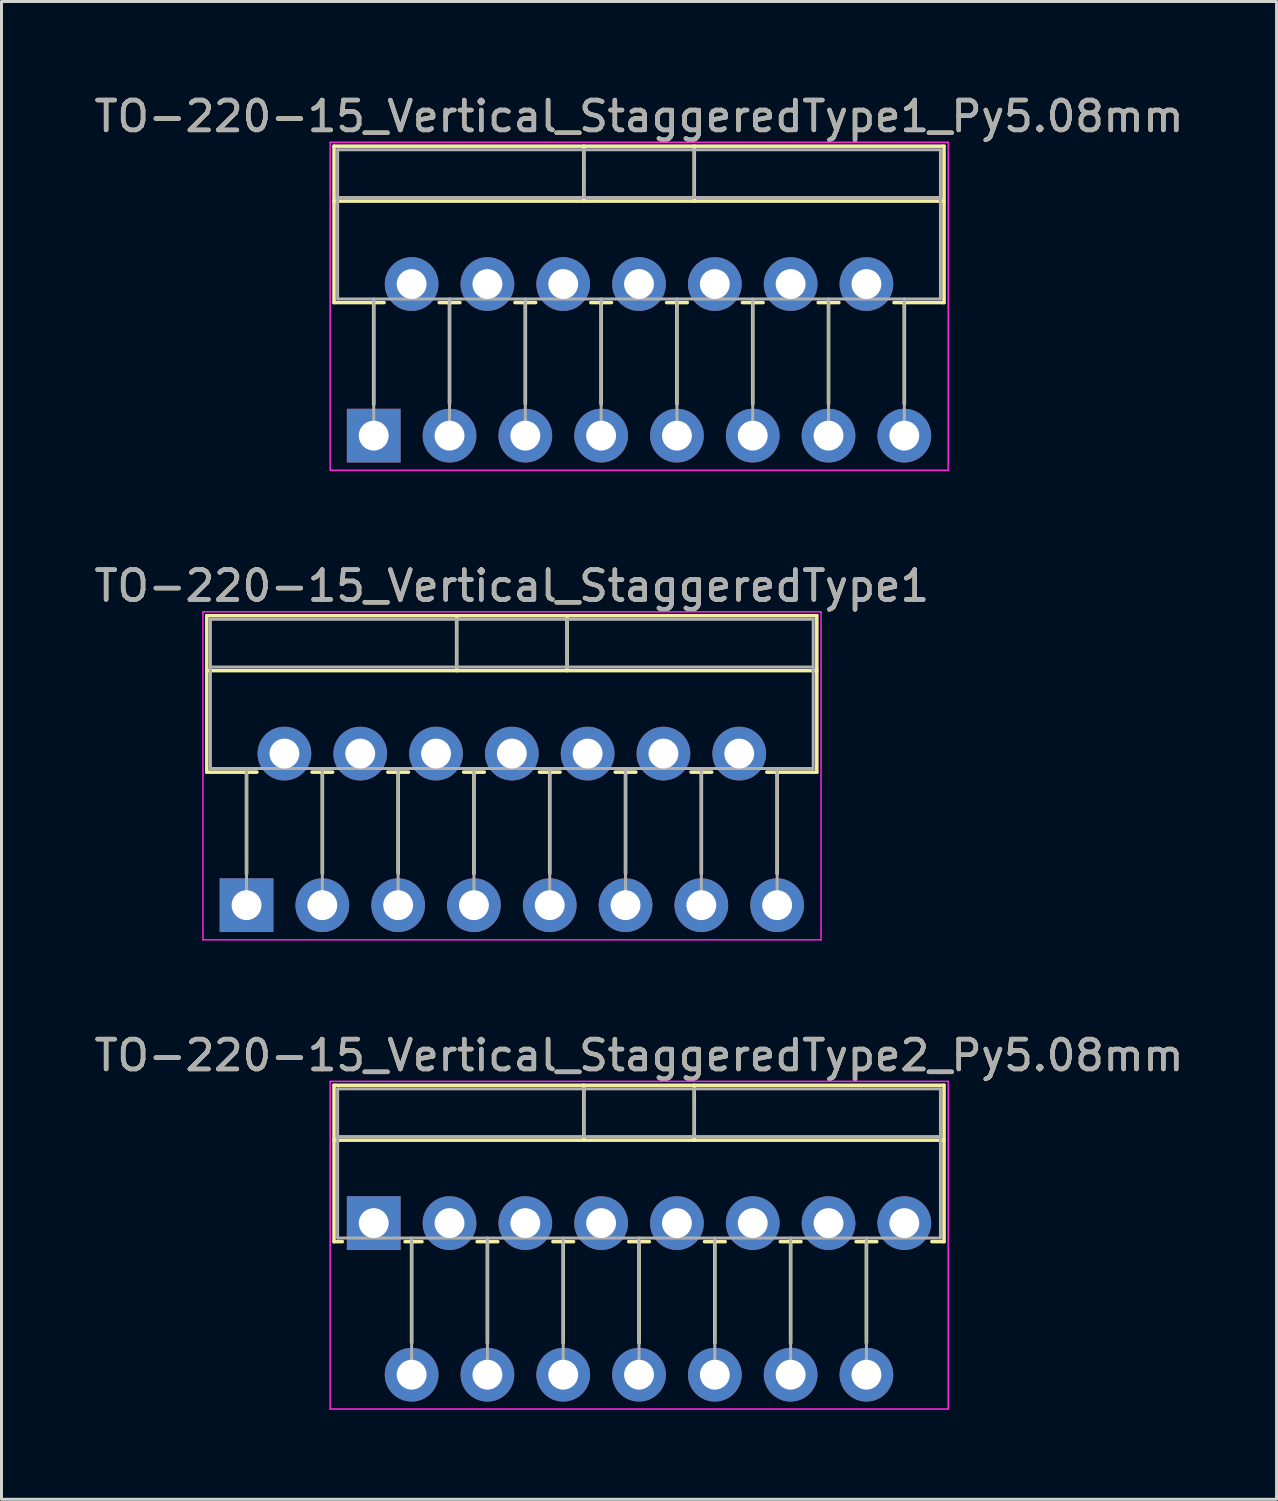
<source format=kicad_pcb>
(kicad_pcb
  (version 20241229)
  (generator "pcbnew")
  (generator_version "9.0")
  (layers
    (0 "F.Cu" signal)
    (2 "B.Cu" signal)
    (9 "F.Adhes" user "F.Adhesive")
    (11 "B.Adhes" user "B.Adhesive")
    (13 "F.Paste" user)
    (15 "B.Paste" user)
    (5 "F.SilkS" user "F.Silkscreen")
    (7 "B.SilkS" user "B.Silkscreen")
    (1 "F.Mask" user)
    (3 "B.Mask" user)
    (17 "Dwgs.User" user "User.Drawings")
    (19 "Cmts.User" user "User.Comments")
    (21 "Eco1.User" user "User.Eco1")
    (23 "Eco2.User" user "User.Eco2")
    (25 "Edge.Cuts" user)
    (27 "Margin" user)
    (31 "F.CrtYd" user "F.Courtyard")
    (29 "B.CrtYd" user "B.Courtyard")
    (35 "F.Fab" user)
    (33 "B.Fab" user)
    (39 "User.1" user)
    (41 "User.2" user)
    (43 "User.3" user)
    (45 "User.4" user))
  (footprint "TO-220-15_Vertical_StaggeredType2_Py5.08mm"
    (layer "F.Cu")
    (at 9.473 37.935)
    (property "Reference" "TO-220-15_Vertical_StaggeredType2_Py5.08mm" (at 8.89 -5.62 0) (layer "F.SilkS") (effects (font (size 1 1) (thickness 0.15))))
    (attr through_hole)
    (fp_line (start -1.33 -4.62) (end -1.33 0.621) (stroke (width 0.12) (type solid)) (layer "F.SilkS"))
    (fp_line (start -1.33 -4.62) (end 19.11 -4.62) (stroke (width 0.12) (type solid)) (layer "F.SilkS"))
    (fp_line (start -1.33 -2.78) (end 19.11 -2.78) (stroke (width 0.12) (type solid)) (layer "F.SilkS"))
    (fp_line (start -1.33 0.621) (end -1.05 0.621) (stroke (width 0.12) (type solid)) (layer "F.SilkS"))
    (fp_line (start 1.05 0.621) (end 1.616 0.621) (stroke (width 0.12) (type solid)) (layer "F.SilkS"))
    (fp_line (start 1.27 0.621) (end 1.27 4.015) (stroke (width 0.12) (type solid)) (layer "F.SilkS"))
    (fp_line (start 3.465 0.621) (end 4.156 0.621) (stroke (width 0.12) (type solid)) (layer "F.SilkS"))
    (fp_line (start 3.81 0.621) (end 3.81 4.015) (stroke (width 0.12) (type solid)) (layer "F.SilkS"))
    (fp_line (start 6.005 0.621) (end 6.696 0.621) (stroke (width 0.12) (type solid)) (layer "F.SilkS"))
    (fp_line (start 6.35 0.621) (end 6.35 4.015) (stroke (width 0.12) (type solid)) (layer "F.SilkS"))
    (fp_line (start 7.041 -4.62) (end 7.041 -2.78) (stroke (width 0.12) (type solid)) (layer "F.SilkS"))
    (fp_line (start 8.545 0.621) (end 9.236 0.621) (stroke (width 0.12) (type solid)) (layer "F.SilkS"))
    (fp_line (start 8.89 0.621) (end 8.89 4.015) (stroke (width 0.12) (type solid)) (layer "F.SilkS"))
    (fp_line (start 10.74 -4.62) (end 10.74 -2.78) (stroke (width 0.12) (type solid)) (layer "F.SilkS"))
    (fp_line (start 11.085 0.621) (end 11.776 0.621) (stroke (width 0.12) (type solid)) (layer "F.SilkS"))
    (fp_line (start 11.43 0.621) (end 11.43 4.015) (stroke (width 0.12) (type solid)) (layer "F.SilkS"))
    (fp_line (start 13.625 0.621) (end 14.316 0.621) (stroke (width 0.12) (type solid)) (layer "F.SilkS"))
    (fp_line (start 13.97 0.621) (end 13.97 4.015) (stroke (width 0.12) (type solid)) (layer "F.SilkS"))
    (fp_line (start 16.165 0.621) (end 16.856 0.621) (stroke (width 0.12) (type solid)) (layer "F.SilkS"))
    (fp_line (start 16.51 0.621) (end 16.51 4.015) (stroke (width 0.12) (type solid)) (layer "F.SilkS"))
    (fp_line (start 18.705 0.621) (end 19.11 0.621) (stroke (width 0.12) (type solid)) (layer "F.SilkS"))
    (fp_line (start 19.11 -4.62) (end 19.11 0.621) (stroke (width 0.12) (type solid)) (layer "F.SilkS"))
    (fp_line (start -1.46 -4.75) (end -1.46 6.23) (stroke (width 0.05) (type solid)) (layer "F.CrtYd"))
    (fp_line (start -1.46 6.23) (end 19.25 6.23) (stroke (width 0.05) (type solid)) (layer "F.CrtYd"))
    (fp_line (start 19.25 -4.75) (end -1.46 -4.75) (stroke (width 0.05) (type solid)) (layer "F.CrtYd"))
    (fp_line (start 19.25 6.23) (end 19.25 -4.75) (stroke (width 0.05) (type solid)) (layer "F.CrtYd"))
    (fp_line (start -1.21 -4.5) (end -1.21 0.5) (stroke (width 0.1) (type solid)) (layer "F.Fab"))
    (fp_line (start -1.21 -2.9) (end 18.99 -2.9) (stroke (width 0.1) (type solid)) (layer "F.Fab"))
    (fp_line (start -1.21 0.5) (end 18.99 0.5) (stroke (width 0.1) (type solid)) (layer "F.Fab"))
    (fp_line (start 1.27 0.5) (end 1.27 5.08) (stroke (width 0.1) (type solid)) (layer "F.Fab"))
    (fp_line (start 3.81 0.5) (end 3.81 5.08) (stroke (width 0.1) (type solid)) (layer "F.Fab"))
    (fp_line (start 6.35 0.5) (end 6.35 5.08) (stroke (width 0.1) (type solid)) (layer "F.Fab"))
    (fp_line (start 7.04 -4.5) (end 7.04 -2.9) (stroke (width 0.1) (type solid)) (layer "F.Fab"))
    (fp_line (start 8.89 0.5) (end 8.89 5.08) (stroke (width 0.1) (type solid)) (layer "F.Fab"))
    (fp_line (start 10.74 -4.5) (end 10.74 -2.9) (stroke (width 0.1) (type solid)) (layer "F.Fab"))
    (fp_line (start 11.43 0.5) (end 11.43 5.08) (stroke (width 0.1) (type solid)) (layer "F.Fab"))
    (fp_line (start 13.97 0.5) (end 13.97 5.08) (stroke (width 0.1) (type solid)) (layer "F.Fab"))
    (fp_line (start 16.51 0.5) (end 16.51 5.08) (stroke (width 0.1) (type solid)) (layer "F.Fab"))
    (fp_line (start 18.99 -4.5) (end -1.21 -4.5) (stroke (width 0.1) (type solid)) (layer "F.Fab"))
    (fp_line (start 18.99 0.5) (end 18.99 -4.5) (stroke (width 0.1) (type solid)) (layer "F.Fab"))
    (fp_text user "${REFERENCE}" (at 8.89 -5.62 0) (layer "F.Fab") (effects (font (size 1 1) (thickness 0.15))))
    (pad "1" thru_hole rect (at 0 0) (size 1.8 1.8) (drill 1) (layers "*.Cu" "*.Mask"))
    (pad "2" thru_hole oval (at 1.27 5.08) (size 1.8 1.8) (drill 1) (layers "*.Cu" "*.Mask"))
    (pad "3" thru_hole oval (at 2.54 0) (size 1.8 1.8) (drill 1) (layers "*.Cu" "*.Mask"))
    (pad "4" thru_hole oval (at 3.81 5.08) (size 1.8 1.8) (drill 1) (layers "*.Cu" "*.Mask"))
    (pad "5" thru_hole oval (at 5.08 0) (size 1.8 1.8) (drill 1) (layers "*.Cu" "*.Mask"))
    (pad "6" thru_hole oval (at 6.35 5.08) (size 1.8 1.8) (drill 1) (layers "*.Cu" "*.Mask"))
    (pad "7" thru_hole oval (at 7.62 0) (size 1.8 1.8) (drill 1) (layers "*.Cu" "*.Mask"))
    (pad "8" thru_hole oval (at 8.89 5.08) (size 1.8 1.8) (drill 1) (layers "*.Cu" "*.Mask"))
    (pad "9" thru_hole oval (at 10.16 0) (size 1.8 1.8) (drill 1) (layers "*.Cu" "*.Mask"))
    (pad "10" thru_hole oval (at 11.43 5.08) (size 1.8 1.8) (drill 1) (layers "*.Cu" "*.Mask"))
    (pad "11" thru_hole oval (at 12.7 0) (size 1.8 1.8) (drill 1) (layers "*.Cu" "*.Mask"))
    (pad "12" thru_hole oval (at 13.97 5.08) (size 1.8 1.8) (drill 1) (layers "*.Cu" "*.Mask"))
    (pad "13" thru_hole oval (at 15.24 0) (size 1.8 1.8) (drill 1) (layers "*.Cu" "*.Mask"))
    (pad "14" thru_hole oval (at 16.51 5.08) (size 1.8 1.8) (drill 1) (layers "*.Cu" "*.Mask"))
    (pad "15" thru_hole oval (at 17.78 0) (size 1.8 1.8) (drill 1) (layers "*.Cu" "*.Mask")))
  (footprint "TO-220-15_Vertical_StaggeredType1"
    (layer "F.Cu")
    (at 5.211 27.282)
    (property "Reference" "TO-220-15_Vertical_StaggeredType1" (at 8.89 -10.7 0) (layer "F.SilkS") (effects (font (size 1 1) (thickness 0.15))))
    (attr through_hole)
    (fp_line (start -1.33 -9.7) (end -1.33 -4.459) (stroke (width 0.12) (type solid)) (layer "F.SilkS"))
    (fp_line (start -1.33 -9.7) (end 19.11 -9.7) (stroke (width 0.12) (type solid)) (layer "F.SilkS"))
    (fp_line (start -1.33 -7.86) (end 19.11 -7.86) (stroke (width 0.12) (type solid)) (layer "F.SilkS"))
    (fp_line (start -1.33 -4.459) (end 0.346 -4.459) (stroke (width 0.12) (type solid)) (layer "F.SilkS"))
    (fp_line (start 0 -4.459) (end 0 -1.05) (stroke (width 0.12) (type solid)) (layer "F.SilkS"))
    (fp_line (start 2.195 -4.459) (end 2.886 -4.459) (stroke (width 0.12) (type solid)) (layer "F.SilkS"))
    (fp_line (start 2.54 -4.459) (end 2.54 -1.065) (stroke (width 0.12) (type solid)) (layer "F.SilkS"))
    (fp_line (start 4.735 -4.459) (end 5.426 -4.459) (stroke (width 0.12) (type solid)) (layer "F.SilkS"))
    (fp_line (start 5.08 -4.459) (end 5.08 -1.065) (stroke (width 0.12) (type solid)) (layer "F.SilkS"))
    (fp_line (start 7.041 -9.7) (end 7.041 -7.86) (stroke (width 0.12) (type solid)) (layer "F.SilkS"))
    (fp_line (start 7.275 -4.459) (end 7.966 -4.459) (stroke (width 0.12) (type solid)) (layer "F.SilkS"))
    (fp_line (start 7.62 -4.459) (end 7.62 -1.065) (stroke (width 0.12) (type solid)) (layer "F.SilkS"))
    (fp_line (start 9.815 -4.459) (end 10.506 -4.459) (stroke (width 0.12) (type solid)) (layer "F.SilkS"))
    (fp_line (start 10.16 -4.459) (end 10.16 -1.065) (stroke (width 0.12) (type solid)) (layer "F.SilkS"))
    (fp_line (start 10.74 -9.7) (end 10.74 -7.86) (stroke (width 0.12) (type solid)) (layer "F.SilkS"))
    (fp_line (start 12.355 -4.459) (end 13.046 -4.459) (stroke (width 0.12) (type solid)) (layer "F.SilkS"))
    (fp_line (start 12.7 -4.459) (end 12.7 -1.065) (stroke (width 0.12) (type solid)) (layer "F.SilkS"))
    (fp_line (start 14.895 -4.459) (end 15.586 -4.459) (stroke (width 0.12) (type solid)) (layer "F.SilkS"))
    (fp_line (start 15.24 -4.459) (end 15.24 -1.065) (stroke (width 0.12) (type solid)) (layer "F.SilkS"))
    (fp_line (start 17.435 -4.459) (end 19.11 -4.459) (stroke (width 0.12) (type solid)) (layer "F.SilkS"))
    (fp_line (start 17.78 -4.459) (end 17.78 -1.065) (stroke (width 0.12) (type solid)) (layer "F.SilkS"))
    (fp_line (start 19.11 -9.7) (end 19.11 -4.459) (stroke (width 0.12) (type solid)) (layer "F.SilkS"))
    (fp_line (start -1.46 -9.83) (end -1.46 1.16) (stroke (width 0.05) (type solid)) (layer "F.CrtYd"))
    (fp_line (start -1.46 1.16) (end 19.25 1.16) (stroke (width 0.05) (type solid)) (layer "F.CrtYd"))
    (fp_line (start 19.25 -9.83) (end -1.46 -9.83) (stroke (width 0.05) (type solid)) (layer "F.CrtYd"))
    (fp_line (start 19.25 1.16) (end 19.25 -9.83) (stroke (width 0.05) (type solid)) (layer "F.CrtYd"))
    (fp_line (start -1.21 -9.58) (end -1.21 -4.58) (stroke (width 0.1) (type solid)) (layer "F.Fab"))
    (fp_line (start -1.21 -7.98) (end 18.99 -7.98) (stroke (width 0.1) (type solid)) (layer "F.Fab"))
    (fp_line (start -1.21 -4.58) (end 18.99 -4.58) (stroke (width 0.1) (type solid)) (layer "F.Fab"))
    (fp_line (start 0 -4.58) (end 0 0) (stroke (width 0.1) (type solid)) (layer "F.Fab"))
    (fp_line (start 2.54 -4.58) (end 2.54 0) (stroke (width 0.1) (type solid)) (layer "F.Fab"))
    (fp_line (start 5.08 -4.58) (end 5.08 0) (stroke (width 0.1) (type solid)) (layer "F.Fab"))
    (fp_line (start 7.04 -9.58) (end 7.04 -7.98) (stroke (width 0.1) (type solid)) (layer "F.Fab"))
    (fp_line (start 7.62 -4.58) (end 7.62 0) (stroke (width 0.1) (type solid)) (layer "F.Fab"))
    (fp_line (start 10.16 -4.58) (end 10.16 0) (stroke (width 0.1) (type solid)) (layer "F.Fab"))
    (fp_line (start 10.74 -9.58) (end 10.74 -7.98) (stroke (width 0.1) (type solid)) (layer "F.Fab"))
    (fp_line (start 12.7 -4.58) (end 12.7 0) (stroke (width 0.1) (type solid)) (layer "F.Fab"))
    (fp_line (start 15.24 -4.58) (end 15.24 0) (stroke (width 0.1) (type solid)) (layer "F.Fab"))
    (fp_line (start 17.78 -4.58) (end 17.78 0) (stroke (width 0.1) (type solid)) (layer "F.Fab"))
    (fp_line (start 18.99 -9.58) (end -1.21 -9.58) (stroke (width 0.1) (type solid)) (layer "F.Fab"))
    (fp_line (start 18.99 -4.58) (end 18.99 -9.58) (stroke (width 0.1) (type solid)) (layer "F.Fab"))
    (fp_text user "${REFERENCE}" (at 8.89 -10.7 0) (layer "F.Fab") (effects (font (size 1 1) (thickness 0.15))))
    (pad "1" thru_hole rect (at 0 0) (size 1.8 1.8) (drill 1) (layers "*.Cu" "*.Mask"))
    (pad "2" thru_hole oval (at 1.27 -5.08) (size 1.8 1.8) (drill 1) (layers "*.Cu" "*.Mask"))
    (pad "3" thru_hole oval (at 2.54 0) (size 1.8 1.8) (drill 1) (layers "*.Cu" "*.Mask"))
    (pad "4" thru_hole oval (at 3.81 -5.08) (size 1.8 1.8) (drill 1) (layers "*.Cu" "*.Mask"))
    (pad "5" thru_hole oval (at 5.08 0) (size 1.8 1.8) (drill 1) (layers "*.Cu" "*.Mask"))
    (pad "6" thru_hole oval (at 6.35 -5.08) (size 1.8 1.8) (drill 1) (layers "*.Cu" "*.Mask"))
    (pad "7" thru_hole oval (at 7.62 0) (size 1.8 1.8) (drill 1) (layers "*.Cu" "*.Mask"))
    (pad "8" thru_hole oval (at 8.89 -5.08) (size 1.8 1.8) (drill 1) (layers "*.Cu" "*.Mask"))
    (pad "9" thru_hole oval (at 10.16 0) (size 1.8 1.8) (drill 1) (layers "*.Cu" "*.Mask"))
    (pad "10" thru_hole oval (at 11.43 -5.08) (size 1.8 1.8) (drill 1) (layers "*.Cu" "*.Mask"))
    (pad "11" thru_hole oval (at 12.7 0) (size 1.8 1.8) (drill 1) (layers "*.Cu" "*.Mask"))
    (pad "12" thru_hole oval (at 13.97 -5.08) (size 1.8 1.8) (drill 1) (layers "*.Cu" "*.Mask"))
    (pad "13" thru_hole oval (at 15.24 0) (size 1.8 1.8) (drill 1) (layers "*.Cu" "*.Mask"))
    (pad "14" thru_hole oval (at 16.51 -5.08) (size 1.8 1.8) (drill 1) (layers "*.Cu" "*.Mask"))
    (pad "15" thru_hole oval (at 17.78 0) (size 1.8 1.8) (drill 1) (layers "*.Cu" "*.Mask")))
  (footprint "TO-220-15_Vertical_StaggeredType1_Py5.08mm"
    (layer "F.Cu")
    (at 9.473 11.548)
    (property "Reference" "TO-220-15_Vertical_StaggeredType1_Py5.08mm" (at 8.89 -10.7 0) (layer "F.SilkS") (effects (font (size 1 1) (thickness 0.15))))
    (attr through_hole)
    (fp_line (start -1.33 -9.7) (end -1.33 -4.459) (stroke (width 0.12) (type solid)) (layer "F.SilkS"))
    (fp_line (start -1.33 -9.7) (end 19.11 -9.7) (stroke (width 0.12) (type solid)) (layer "F.SilkS"))
    (fp_line (start -1.33 -7.86) (end 19.11 -7.86) (stroke (width 0.12) (type solid)) (layer "F.SilkS"))
    (fp_line (start -1.33 -4.459) (end 0.346 -4.459) (stroke (width 0.12) (type solid)) (layer "F.SilkS"))
    (fp_line (start 0 -4.459) (end 0 -1.05) (stroke (width 0.12) (type solid)) (layer "F.SilkS"))
    (fp_line (start 2.195 -4.459) (end 2.886 -4.459) (stroke (width 0.12) (type solid)) (layer "F.SilkS"))
    (fp_line (start 2.54 -4.459) (end 2.54 -1.065) (stroke (width 0.12) (type solid)) (layer "F.SilkS"))
    (fp_line (start 4.735 -4.459) (end 5.426 -4.459) (stroke (width 0.12) (type solid)) (layer "F.SilkS"))
    (fp_line (start 5.08 -4.459) (end 5.08 -1.065) (stroke (width 0.12) (type solid)) (layer "F.SilkS"))
    (fp_line (start 7.041 -9.7) (end 7.041 -7.86) (stroke (width 0.12) (type solid)) (layer "F.SilkS"))
    (fp_line (start 7.275 -4.459) (end 7.966 -4.459) (stroke (width 0.12) (type solid)) (layer "F.SilkS"))
    (fp_line (start 7.62 -4.459) (end 7.62 -1.065) (stroke (width 0.12) (type solid)) (layer "F.SilkS"))
    (fp_line (start 9.815 -4.459) (end 10.506 -4.459) (stroke (width 0.12) (type solid)) (layer "F.SilkS"))
    (fp_line (start 10.16 -4.459) (end 10.16 -1.065) (stroke (width 0.12) (type solid)) (layer "F.SilkS"))
    (fp_line (start 10.74 -9.7) (end 10.74 -7.86) (stroke (width 0.12) (type solid)) (layer "F.SilkS"))
    (fp_line (start 12.355 -4.459) (end 13.046 -4.459) (stroke (width 0.12) (type solid)) (layer "F.SilkS"))
    (fp_line (start 12.7 -4.459) (end 12.7 -1.065) (stroke (width 0.12) (type solid)) (layer "F.SilkS"))
    (fp_line (start 14.895 -4.459) (end 15.586 -4.459) (stroke (width 0.12) (type solid)) (layer "F.SilkS"))
    (fp_line (start 15.24 -4.459) (end 15.24 -1.065) (stroke (width 0.12) (type solid)) (layer "F.SilkS"))
    (fp_line (start 17.435 -4.459) (end 19.11 -4.459) (stroke (width 0.12) (type solid)) (layer "F.SilkS"))
    (fp_line (start 17.78 -4.459) (end 17.78 -1.065) (stroke (width 0.12) (type solid)) (layer "F.SilkS"))
    (fp_line (start 19.11 -9.7) (end 19.11 -4.459) (stroke (width 0.12) (type solid)) (layer "F.SilkS"))
    (fp_line (start -1.46 -9.83) (end -1.46 1.16) (stroke (width 0.05) (type solid)) (layer "F.CrtYd"))
    (fp_line (start -1.46 1.16) (end 19.25 1.16) (stroke (width 0.05) (type solid)) (layer "F.CrtYd"))
    (fp_line (start 19.25 -9.83) (end -1.46 -9.83) (stroke (width 0.05) (type solid)) (layer "F.CrtYd"))
    (fp_line (start 19.25 1.16) (end 19.25 -9.83) (stroke (width 0.05) (type solid)) (layer "F.CrtYd"))
    (fp_line (start -1.21 -9.58) (end -1.21 -4.58) (stroke (width 0.1) (type solid)) (layer "F.Fab"))
    (fp_line (start -1.21 -7.98) (end 18.99 -7.98) (stroke (width 0.1) (type solid)) (layer "F.Fab"))
    (fp_line (start -1.21 -4.58) (end 18.99 -4.58) (stroke (width 0.1) (type solid)) (layer "F.Fab"))
    (fp_line (start 0 -4.58) (end 0 0) (stroke (width 0.1) (type solid)) (layer "F.Fab"))
    (fp_line (start 2.54 -4.58) (end 2.54 0) (stroke (width 0.1) (type solid)) (layer "F.Fab"))
    (fp_line (start 5.08 -4.58) (end 5.08 0) (stroke (width 0.1) (type solid)) (layer "F.Fab"))
    (fp_line (start 7.04 -9.58) (end 7.04 -7.98) (stroke (width 0.1) (type solid)) (layer "F.Fab"))
    (fp_line (start 7.62 -4.58) (end 7.62 0) (stroke (width 0.1) (type solid)) (layer "F.Fab"))
    (fp_line (start 10.16 -4.58) (end 10.16 0) (stroke (width 0.1) (type solid)) (layer "F.Fab"))
    (fp_line (start 10.74 -9.58) (end 10.74 -7.98) (stroke (width 0.1) (type solid)) (layer "F.Fab"))
    (fp_line (start 12.7 -4.58) (end 12.7 0) (stroke (width 0.1) (type solid)) (layer "F.Fab"))
    (fp_line (start 15.24 -4.58) (end 15.24 0) (stroke (width 0.1) (type solid)) (layer "F.Fab"))
    (fp_line (start 17.78 -4.58) (end 17.78 0) (stroke (width 0.1) (type solid)) (layer "F.Fab"))
    (fp_line (start 18.99 -9.58) (end -1.21 -9.58) (stroke (width 0.1) (type solid)) (layer "F.Fab"))
    (fp_line (start 18.99 -4.58) (end 18.99 -9.58) (stroke (width 0.1) (type solid)) (layer "F.Fab"))
    (fp_text user "${REFERENCE}" (at 8.89 -10.7 0) (layer "F.Fab") (effects (font (size 1 1) (thickness 0.15))))
    (pad "1" thru_hole rect (at 0 0) (size 1.8 1.8) (drill 1) (layers "*.Cu" "*.Mask"))
    (pad "2" thru_hole oval (at 1.27 -5.08) (size 1.8 1.8) (drill 1) (layers "*.Cu" "*.Mask"))
    (pad "3" thru_hole oval (at 2.54 0) (size 1.8 1.8) (drill 1) (layers "*.Cu" "*.Mask"))
    (pad "4" thru_hole oval (at 3.81 -5.08) (size 1.8 1.8) (drill 1) (layers "*.Cu" "*.Mask"))
    (pad "5" thru_hole oval (at 5.08 0) (size 1.8 1.8) (drill 1) (layers "*.Cu" "*.Mask"))
    (pad "6" thru_hole oval (at 6.35 -5.08) (size 1.8 1.8) (drill 1) (layers "*.Cu" "*.Mask"))
    (pad "7" thru_hole oval (at 7.62 0) (size 1.8 1.8) (drill 1) (layers "*.Cu" "*.Mask"))
    (pad "8" thru_hole oval (at 8.89 -5.08) (size 1.8 1.8) (drill 1) (layers "*.Cu" "*.Mask"))
    (pad "9" thru_hole oval (at 10.16 0) (size 1.8 1.8) (drill 1) (layers "*.Cu" "*.Mask"))
    (pad "10" thru_hole oval (at 11.43 -5.08) (size 1.8 1.8) (drill 1) (layers "*.Cu" "*.Mask"))
    (pad "11" thru_hole oval (at 12.7 0) (size 1.8 1.8) (drill 1) (layers "*.Cu" "*.Mask"))
    (pad "12" thru_hole oval (at 13.97 -5.08) (size 1.8 1.8) (drill 1) (layers "*.Cu" "*.Mask"))
    (pad "13" thru_hole oval (at 15.24 0) (size 1.8 1.8) (drill 1) (layers "*.Cu" "*.Mask"))
    (pad "14" thru_hole oval (at 16.51 -5.08) (size 1.8 1.8) (drill 1) (layers "*.Cu" "*.Mask"))
    (pad "15" thru_hole oval (at 17.78 0) (size 1.8 1.8) (drill 1) (layers "*.Cu" "*.Mask")))
  (gr_rect
    (start -3 -3)
    (end 39.726 47.19)
    (stroke (width 0.1) (type default))
    (fill no)
    (layer "Edge.Cuts")))
</source>
